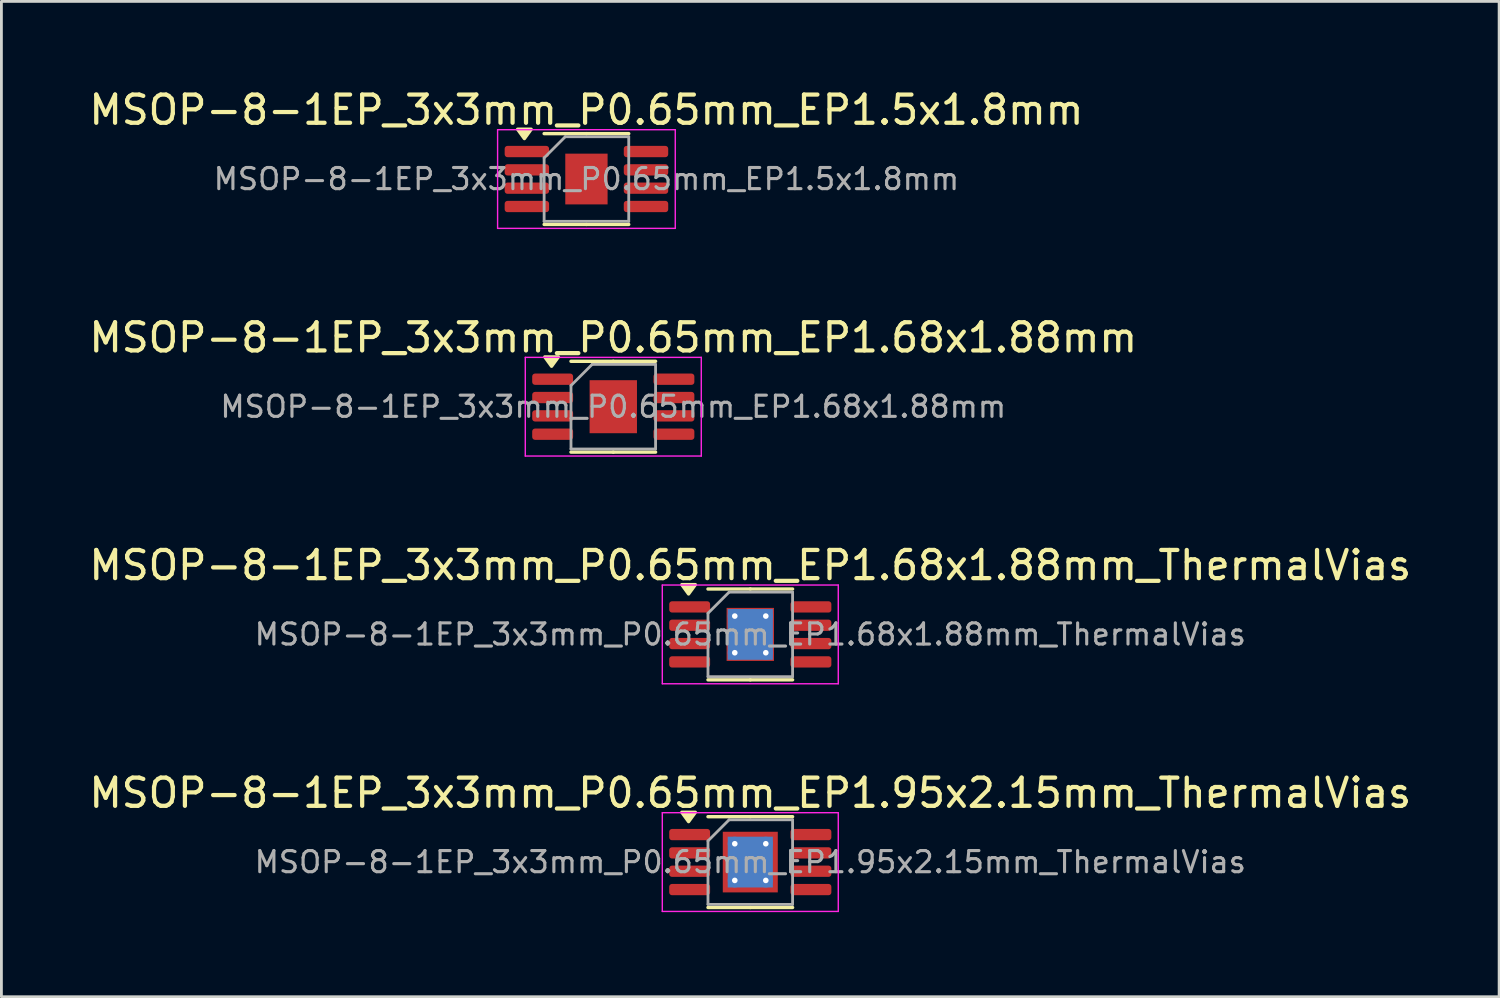
<source format=kicad_pcb>
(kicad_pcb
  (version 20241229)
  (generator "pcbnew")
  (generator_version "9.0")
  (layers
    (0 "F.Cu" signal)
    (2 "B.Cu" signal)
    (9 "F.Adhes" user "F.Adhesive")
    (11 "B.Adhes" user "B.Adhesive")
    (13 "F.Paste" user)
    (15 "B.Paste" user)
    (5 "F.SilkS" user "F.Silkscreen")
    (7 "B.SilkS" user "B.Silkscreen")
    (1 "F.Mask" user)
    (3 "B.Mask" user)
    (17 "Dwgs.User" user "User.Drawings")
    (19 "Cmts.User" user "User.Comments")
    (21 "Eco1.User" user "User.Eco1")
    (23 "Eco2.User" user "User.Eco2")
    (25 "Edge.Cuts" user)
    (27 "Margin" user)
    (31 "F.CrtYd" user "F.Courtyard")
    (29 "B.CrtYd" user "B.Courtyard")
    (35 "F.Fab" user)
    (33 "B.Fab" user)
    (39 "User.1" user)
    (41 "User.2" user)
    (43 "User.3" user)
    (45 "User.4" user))
  (footprint "MSOP-8-1EP_3x3mm_P0.65mm_EP1.68x1.88mm_ThermalVias"
    (layer "F.Cu")
    (at 23.554 19.445)
    (property "Reference" "MSOP-8-1EP_3x3mm_P0.65mm_EP1.68x1.88mm_ThermalVias" (at 0 -2.45 0) (layer "F.SilkS") (effects (font (size 1 1) (thickness 0.15))))
    (attr smd)
    (fp_line (start 0 -1.61) (end -1.5 -1.61) (stroke (width 0.12) (type solid)) (layer "F.SilkS"))
    (fp_line (start 0 -1.61) (end 1.5 -1.61) (stroke (width 0.12) (type solid)) (layer "F.SilkS"))
    (fp_line (start 0 1.61) (end -1.5 1.61) (stroke (width 0.12) (type solid)) (layer "F.SilkS"))
    (fp_line (start 0 1.61) (end 1.5 1.61) (stroke (width 0.12) (type solid)) (layer "F.SilkS"))
    (fp_poly (pts (xy -2.188 -1.435) (xy -2.428 -1.765) (xy -1.948 -1.765) (xy -2.188 -1.435)) (stroke (width 0.12) (type solid)) (fill yes) (layer "F.SilkS"))
    (fp_line (start -3.12 -1.75) (end -3.12 1.75) (stroke (width 0.05) (type solid)) (layer "F.CrtYd"))
    (fp_line (start -3.12 1.75) (end 3.12 1.75) (stroke (width 0.05) (type solid)) (layer "F.CrtYd"))
    (fp_line (start 3.12 -1.75) (end -3.12 -1.75) (stroke (width 0.05) (type solid)) (layer "F.CrtYd"))
    (fp_line (start 3.12 1.75) (end 3.12 -1.75) (stroke (width 0.05) (type solid)) (layer "F.CrtYd"))
    (fp_line (start -1.5 -0.75) (end -0.75 -1.5) (stroke (width 0.1) (type solid)) (layer "F.Fab"))
    (fp_line (start -1.5 1.5) (end -1.5 -0.75) (stroke (width 0.1) (type solid)) (layer "F.Fab"))
    (fp_line (start -0.75 -1.5) (end 1.5 -1.5) (stroke (width 0.1) (type solid)) (layer "F.Fab"))
    (fp_line (start 1.5 -1.5) (end 1.5 1.5) (stroke (width 0.1) (type solid)) (layer "F.Fab"))
    (fp_line (start 1.5 1.5) (end -1.5 1.5) (stroke (width 0.1) (type solid)) (layer "F.Fab"))
    (fp_text user "${REFERENCE}" (at 0 0 0) (layer "F.Fab") (effects (font (size 0.75 0.75) (thickness 0.11))))
    (pad "" smd roundrect (at -0.42 -0.47) (size 0.7 0.79) (layers "F.Paste") (roundrect_rratio 0.25))
    (pad "" smd roundrect (at -0.42 0.47) (size 0.7 0.79) (layers "F.Paste") (roundrect_rratio 0.25))
    (pad "" smd roundrect (at 0.42 -0.47) (size 0.7 0.79) (layers "F.Paste") (roundrect_rratio 0.25))
    (pad "" smd roundrect (at 0.42 0.47) (size 0.7 0.79) (layers "F.Paste") (roundrect_rratio 0.25))
    (pad "1" smd roundrect (at -2.15 -0.975) (size 1.45 0.4) (layers "F.Cu" "F.Mask" "F.Paste") (roundrect_rratio 0.25))
    (pad "2" smd roundrect (at -2.15 -0.325) (size 1.45 0.4) (layers "F.Cu" "F.Mask" "F.Paste") (roundrect_rratio 0.25))
    (pad "3" smd roundrect (at -2.15 0.325) (size 1.45 0.4) (layers "F.Cu" "F.Mask" "F.Paste") (roundrect_rratio 0.25))
    (pad "4" smd roundrect (at -2.15 0.975) (size 1.45 0.4) (layers "F.Cu" "F.Mask" "F.Paste") (roundrect_rratio 0.25))
    (pad "5" smd roundrect (at 2.15 0.975) (size 1.45 0.4) (layers "F.Cu" "F.Mask" "F.Paste") (roundrect_rratio 0.25))
    (pad "6" smd roundrect (at 2.15 0.325) (size 1.45 0.4) (layers "F.Cu" "F.Mask" "F.Paste") (roundrect_rratio 0.25))
    (pad "7" smd roundrect (at 2.15 -0.325) (size 1.45 0.4) (layers "F.Cu" "F.Mask" "F.Paste") (roundrect_rratio 0.25))
    (pad "8" smd roundrect (at 2.15 -0.975) (size 1.45 0.4) (layers "F.Cu" "F.Mask" "F.Paste") (roundrect_rratio 0.25))
    (pad "9" thru_hole circle (at -0.55 -0.65) (size 0.5 0.5) (drill 0.2) (property pad_prop_heatsink) (layers "*.Cu"))
    (pad "9" thru_hole circle (at -0.55 0.65) (size 0.5 0.5) (drill 0.2) (property pad_prop_heatsink) (layers "*.Cu"))
    (pad "9" smd rect (at 0 0) (size 1.6 1.8) (property pad_prop_heatsink) (layers "B.Cu"))
    (pad "9" smd rect (at 0 0) (size 1.68 1.88) (property pad_prop_heatsink) (layers "F.Cu" "F.Mask"))
    (pad "9" thru_hole circle (at 0.55 -0.65) (size 0.5 0.5) (drill 0.2) (property pad_prop_heatsink) (layers "*.Cu"))
    (pad "9" thru_hole circle (at 0.55 0.65) (size 0.5 0.5) (drill 0.2) (property pad_prop_heatsink) (layers "*.Cu")))
  (footprint "MSOP-8-1EP_3x3mm_P0.65mm_EP1.95x2.15mm_ThermalVias"
    (layer "F.Cu")
    (at 23.554 27.518)
    (property "Reference" "MSOP-8-1EP_3x3mm_P0.65mm_EP1.95x2.15mm_ThermalVias" (at 0 -2.45 0) (layer "F.SilkS") (effects (font (size 1 1) (thickness 0.15))))
    (attr smd)
    (fp_line (start 0 -1.61) (end -1.5 -1.61) (stroke (width 0.12) (type solid)) (layer "F.SilkS"))
    (fp_line (start 0 -1.61) (end 1.5 -1.61) (stroke (width 0.12) (type solid)) (layer "F.SilkS"))
    (fp_line (start 0 1.61) (end -1.5 1.61) (stroke (width 0.12) (type solid)) (layer "F.SilkS"))
    (fp_line (start 0 1.61) (end 1.5 1.61) (stroke (width 0.12) (type solid)) (layer "F.SilkS"))
    (fp_poly (pts (xy -2.188 -1.435) (xy -2.428 -1.765) (xy -1.948 -1.765) (xy -2.188 -1.435)) (stroke (width 0.12) (type solid)) (fill yes) (layer "F.SilkS"))
    (fp_line (start -3.12 -1.75) (end -3.12 1.75) (stroke (width 0.05) (type solid)) (layer "F.CrtYd"))
    (fp_line (start -3.12 1.75) (end 3.12 1.75) (stroke (width 0.05) (type solid)) (layer "F.CrtYd"))
    (fp_line (start 3.12 -1.75) (end -3.12 -1.75) (stroke (width 0.05) (type solid)) (layer "F.CrtYd"))
    (fp_line (start 3.12 1.75) (end 3.12 -1.75) (stroke (width 0.05) (type solid)) (layer "F.CrtYd"))
    (fp_line (start -1.5 -0.75) (end -0.75 -1.5) (stroke (width 0.1) (type solid)) (layer "F.Fab"))
    (fp_line (start -1.5 1.5) (end -1.5 -0.75) (stroke (width 0.1) (type solid)) (layer "F.Fab"))
    (fp_line (start -0.75 -1.5) (end 1.5 -1.5) (stroke (width 0.1) (type solid)) (layer "F.Fab"))
    (fp_line (start 1.5 -1.5) (end 1.5 1.5) (stroke (width 0.1) (type solid)) (layer "F.Fab"))
    (fp_line (start 1.5 1.5) (end -1.5 1.5) (stroke (width 0.1) (type solid)) (layer "F.Fab"))
    (fp_text user "${REFERENCE}" (at 0 0 0) (layer "F.Fab") (effects (font (size 0.75 0.75) (thickness 0.11))))
    (pad "" smd roundrect (at -0.49 -0.54) (size 0.82 0.9) (layers "F.Paste") (roundrect_rratio 0.25))
    (pad "" smd roundrect (at -0.49 0.54) (size 0.82 0.9) (layers "F.Paste") (roundrect_rratio 0.25))
    (pad "" smd roundrect (at 0.49 -0.54) (size 0.82 0.9) (layers "F.Paste") (roundrect_rratio 0.25))
    (pad "" smd roundrect (at 0.49 0.54) (size 0.82 0.9) (layers "F.Paste") (roundrect_rratio 0.25))
    (pad "1" smd roundrect (at -2.15 -0.975) (size 1.45 0.4) (layers "F.Cu" "F.Mask" "F.Paste") (roundrect_rratio 0.25))
    (pad "2" smd roundrect (at -2.15 -0.325) (size 1.45 0.4) (layers "F.Cu" "F.Mask" "F.Paste") (roundrect_rratio 0.25))
    (pad "3" smd roundrect (at -2.15 0.325) (size 1.45 0.4) (layers "F.Cu" "F.Mask" "F.Paste") (roundrect_rratio 0.25))
    (pad "4" smd roundrect (at -2.15 0.975) (size 1.45 0.4) (layers "F.Cu" "F.Mask" "F.Paste") (roundrect_rratio 0.25))
    (pad "5" smd roundrect (at 2.15 0.975) (size 1.45 0.4) (layers "F.Cu" "F.Mask" "F.Paste") (roundrect_rratio 0.25))
    (pad "6" smd roundrect (at 2.15 0.325) (size 1.45 0.4) (layers "F.Cu" "F.Mask" "F.Paste") (roundrect_rratio 0.25))
    (pad "7" smd roundrect (at 2.15 -0.325) (size 1.45 0.4) (layers "F.Cu" "F.Mask" "F.Paste") (roundrect_rratio 0.25))
    (pad "8" smd roundrect (at 2.15 -0.975) (size 1.45 0.4) (layers "F.Cu" "F.Mask" "F.Paste") (roundrect_rratio 0.25))
    (pad "9" thru_hole circle (at -0.55 -0.65) (size 0.5 0.5) (drill 0.2) (property pad_prop_heatsink) (layers "*.Cu"))
    (pad "9" thru_hole circle (at -0.55 0.65) (size 0.5 0.5) (drill 0.2) (property pad_prop_heatsink) (layers "*.Cu"))
    (pad "9" smd rect (at 0 0) (size 1.6 1.8) (property pad_prop_heatsink) (layers "B.Cu"))
    (pad "9" smd rect (at 0 0) (size 1.95 2.15) (property pad_prop_heatsink) (layers "F.Cu" "F.Mask"))
    (pad "9" thru_hole circle (at 0.55 -0.65) (size 0.5 0.5) (drill 0.2) (property pad_prop_heatsink) (layers "*.Cu"))
    (pad "9" thru_hole circle (at 0.55 0.65) (size 0.5 0.5) (drill 0.2) (property pad_prop_heatsink) (layers "*.Cu")))
  (footprint "MSOP-8-1EP_3x3mm_P0.65mm_EP1.68x1.88mm"
    (layer "F.Cu")
    (at 18.696 11.371)
    (property "Reference" "MSOP-8-1EP_3x3mm_P0.65mm_EP1.68x1.88mm" (at 0 -2.45 0) (layer "F.SilkS") (effects (font (size 1 1) (thickness 0.15))))
    (attr smd)
    (fp_line (start 0 -1.61) (end -1.5 -1.61) (stroke (width 0.12) (type solid)) (layer "F.SilkS"))
    (fp_line (start 0 -1.61) (end 1.5 -1.61) (stroke (width 0.12) (type solid)) (layer "F.SilkS"))
    (fp_line (start 0 1.61) (end -1.5 1.61) (stroke (width 0.12) (type solid)) (layer "F.SilkS"))
    (fp_line (start 0 1.61) (end 1.5 1.61) (stroke (width 0.12) (type solid)) (layer "F.SilkS"))
    (fp_poly (pts (xy -2.188 -1.435) (xy -2.428 -1.765) (xy -1.948 -1.765) (xy -2.188 -1.435)) (stroke (width 0.12) (type solid)) (fill yes) (layer "F.SilkS"))
    (fp_line (start -3.12 -1.75) (end -3.12 1.75) (stroke (width 0.05) (type solid)) (layer "F.CrtYd"))
    (fp_line (start -3.12 1.75) (end 3.12 1.75) (stroke (width 0.05) (type solid)) (layer "F.CrtYd"))
    (fp_line (start 3.12 -1.75) (end -3.12 -1.75) (stroke (width 0.05) (type solid)) (layer "F.CrtYd"))
    (fp_line (start 3.12 1.75) (end 3.12 -1.75) (stroke (width 0.05) (type solid)) (layer "F.CrtYd"))
    (fp_line (start -1.5 -0.75) (end -0.75 -1.5) (stroke (width 0.1) (type solid)) (layer "F.Fab"))
    (fp_line (start -1.5 1.5) (end -1.5 -0.75) (stroke (width 0.1) (type solid)) (layer "F.Fab"))
    (fp_line (start -0.75 -1.5) (end 1.5 -1.5) (stroke (width 0.1) (type solid)) (layer "F.Fab"))
    (fp_line (start 1.5 -1.5) (end 1.5 1.5) (stroke (width 0.1) (type solid)) (layer "F.Fab"))
    (fp_line (start 1.5 1.5) (end -1.5 1.5) (stroke (width 0.1) (type solid)) (layer "F.Fab"))
    (fp_text user "${REFERENCE}" (at 0 0 0) (layer "F.Fab") (effects (font (size 0.75 0.75) (thickness 0.11))))
    (pad "" smd roundrect (at -0.42 -0.47) (size 0.68 0.76) (layers "F.Paste") (roundrect_rratio 0.25))
    (pad "" smd roundrect (at -0.42 0.47) (size 0.68 0.76) (layers "F.Paste") (roundrect_rratio 0.25))
    (pad "" smd roundrect (at 0.42 -0.47) (size 0.68 0.76) (layers "F.Paste") (roundrect_rratio 0.25))
    (pad "" smd roundrect (at 0.42 0.47) (size 0.68 0.76) (layers "F.Paste") (roundrect_rratio 0.25))
    (pad "1" smd roundrect (at -2.15 -0.975) (size 1.45 0.4) (layers "F.Cu" "F.Mask" "F.Paste") (roundrect_rratio 0.25))
    (pad "2" smd roundrect (at -2.15 -0.325) (size 1.45 0.4) (layers "F.Cu" "F.Mask" "F.Paste") (roundrect_rratio 0.25))
    (pad "3" smd roundrect (at -2.15 0.325) (size 1.45 0.4) (layers "F.Cu" "F.Mask" "F.Paste") (roundrect_rratio 0.25))
    (pad "4" smd roundrect (at -2.15 0.975) (size 1.45 0.4) (layers "F.Cu" "F.Mask" "F.Paste") (roundrect_rratio 0.25))
    (pad "5" smd roundrect (at 2.15 0.975) (size 1.45 0.4) (layers "F.Cu" "F.Mask" "F.Paste") (roundrect_rratio 0.25))
    (pad "6" smd roundrect (at 2.15 0.325) (size 1.45 0.4) (layers "F.Cu" "F.Mask" "F.Paste") (roundrect_rratio 0.25))
    (pad "7" smd roundrect (at 2.15 -0.325) (size 1.45 0.4) (layers "F.Cu" "F.Mask" "F.Paste") (roundrect_rratio 0.25))
    (pad "8" smd roundrect (at 2.15 -0.975) (size 1.45 0.4) (layers "F.Cu" "F.Mask" "F.Paste") (roundrect_rratio 0.25))
    (pad "9" smd rect (at 0 0) (size 1.68 1.88) (property pad_prop_heatsink) (layers "F.Cu" "F.Mask")))
  (footprint "MSOP-8-1EP_3x3mm_P0.65mm_EP1.5x1.8mm"
    (layer "F.Cu")
    (at 17.744 3.298)
    (property "Reference" "MSOP-8-1EP_3x3mm_P0.65mm_EP1.5x1.8mm" (at 0 -2.45 0) (layer "F.SilkS") (effects (font (size 1 1) (thickness 0.15))))
    (attr smd)
    (fp_line (start 0 -1.61) (end -1.5 -1.61) (stroke (width 0.12) (type solid)) (layer "F.SilkS"))
    (fp_line (start 0 -1.61) (end 1.5 -1.61) (stroke (width 0.12) (type solid)) (layer "F.SilkS"))
    (fp_line (start 0 1.61) (end -1.5 1.61) (stroke (width 0.12) (type solid)) (layer "F.SilkS"))
    (fp_line (start 0 1.61) (end 1.5 1.61) (stroke (width 0.12) (type solid)) (layer "F.SilkS"))
    (fp_poly (pts (xy -2.2 -1.435) (xy -2.44 -1.765) (xy -1.96 -1.765) (xy -2.2 -1.435)) (stroke (width 0.12) (type solid)) (fill yes) (layer "F.SilkS"))
    (fp_line (start -3.15 -1.75) (end -3.15 1.75) (stroke (width 0.05) (type solid)) (layer "F.CrtYd"))
    (fp_line (start -3.15 1.75) (end 3.15 1.75) (stroke (width 0.05) (type solid)) (layer "F.CrtYd"))
    (fp_line (start 3.15 -1.75) (end -3.15 -1.75) (stroke (width 0.05) (type solid)) (layer "F.CrtYd"))
    (fp_line (start 3.15 1.75) (end 3.15 -1.75) (stroke (width 0.05) (type solid)) (layer "F.CrtYd"))
    (fp_line (start -1.5 -0.75) (end -0.75 -1.5) (stroke (width 0.1) (type solid)) (layer "F.Fab"))
    (fp_line (start -1.5 1.5) (end -1.5 -0.75) (stroke (width 0.1) (type solid)) (layer "F.Fab"))
    (fp_line (start -0.75 -1.5) (end 1.5 -1.5) (stroke (width 0.1) (type solid)) (layer "F.Fab"))
    (fp_line (start 1.5 -1.5) (end 1.5 1.5) (stroke (width 0.1) (type solid)) (layer "F.Fab"))
    (fp_line (start 1.5 1.5) (end -1.5 1.5) (stroke (width 0.1) (type solid)) (layer "F.Fab"))
    (fp_text user "${REFERENCE}" (at 0 0 0) (layer "F.Fab") (effects (font (size 0.75 0.75) (thickness 0.11))))
    (pad "" smd roundrect (at -0.375 -0.45) (size 0.6 0.73) (layers "F.Paste") (roundrect_rratio 0.25))
    (pad "" smd roundrect (at -0.375 0.45) (size 0.6 0.73) (layers "F.Paste") (roundrect_rratio 0.25))
    (pad "" smd roundrect (at 0.375 -0.45) (size 0.6 0.73) (layers "F.Paste") (roundrect_rratio 0.25))
    (pad "" smd roundrect (at 0.375 0.45) (size 0.6 0.73) (layers "F.Paste") (roundrect_rratio 0.25))
    (pad "1" smd roundrect (at -2.112 -0.975) (size 1.575 0.4) (layers "F.Cu" "F.Mask" "F.Paste") (roundrect_rratio 0.25))
    (pad "2" smd roundrect (at -2.112 -0.325) (size 1.575 0.4) (layers "F.Cu" "F.Mask" "F.Paste") (roundrect_rratio 0.25))
    (pad "3" smd roundrect (at -2.112 0.325) (size 1.575 0.4) (layers "F.Cu" "F.Mask" "F.Paste") (roundrect_rratio 0.25))
    (pad "4" smd roundrect (at -2.112 0.975) (size 1.575 0.4) (layers "F.Cu" "F.Mask" "F.Paste") (roundrect_rratio 0.25))
    (pad "5" smd roundrect (at 2.112 0.975) (size 1.575 0.4) (layers "F.Cu" "F.Mask" "F.Paste") (roundrect_rratio 0.25))
    (pad "6" smd roundrect (at 2.112 0.325) (size 1.575 0.4) (layers "F.Cu" "F.Mask" "F.Paste") (roundrect_rratio 0.25))
    (pad "7" smd roundrect (at 2.112 -0.325) (size 1.575 0.4) (layers "F.Cu" "F.Mask" "F.Paste") (roundrect_rratio 0.25))
    (pad "8" smd roundrect (at 2.112 -0.975) (size 1.575 0.4) (layers "F.Cu" "F.Mask" "F.Paste") (roundrect_rratio 0.25))
    (pad "9" smd rect (at 0 0) (size 1.5 1.8) (property pad_prop_heatsink) (layers "F.Cu" "F.Mask")))
  (gr_rect
    (start -3 -3)
    (end 50.107 32.293)
    (stroke (width 0.1) (type default))
    (fill no)
    (layer "Edge.Cuts")))
</source>
